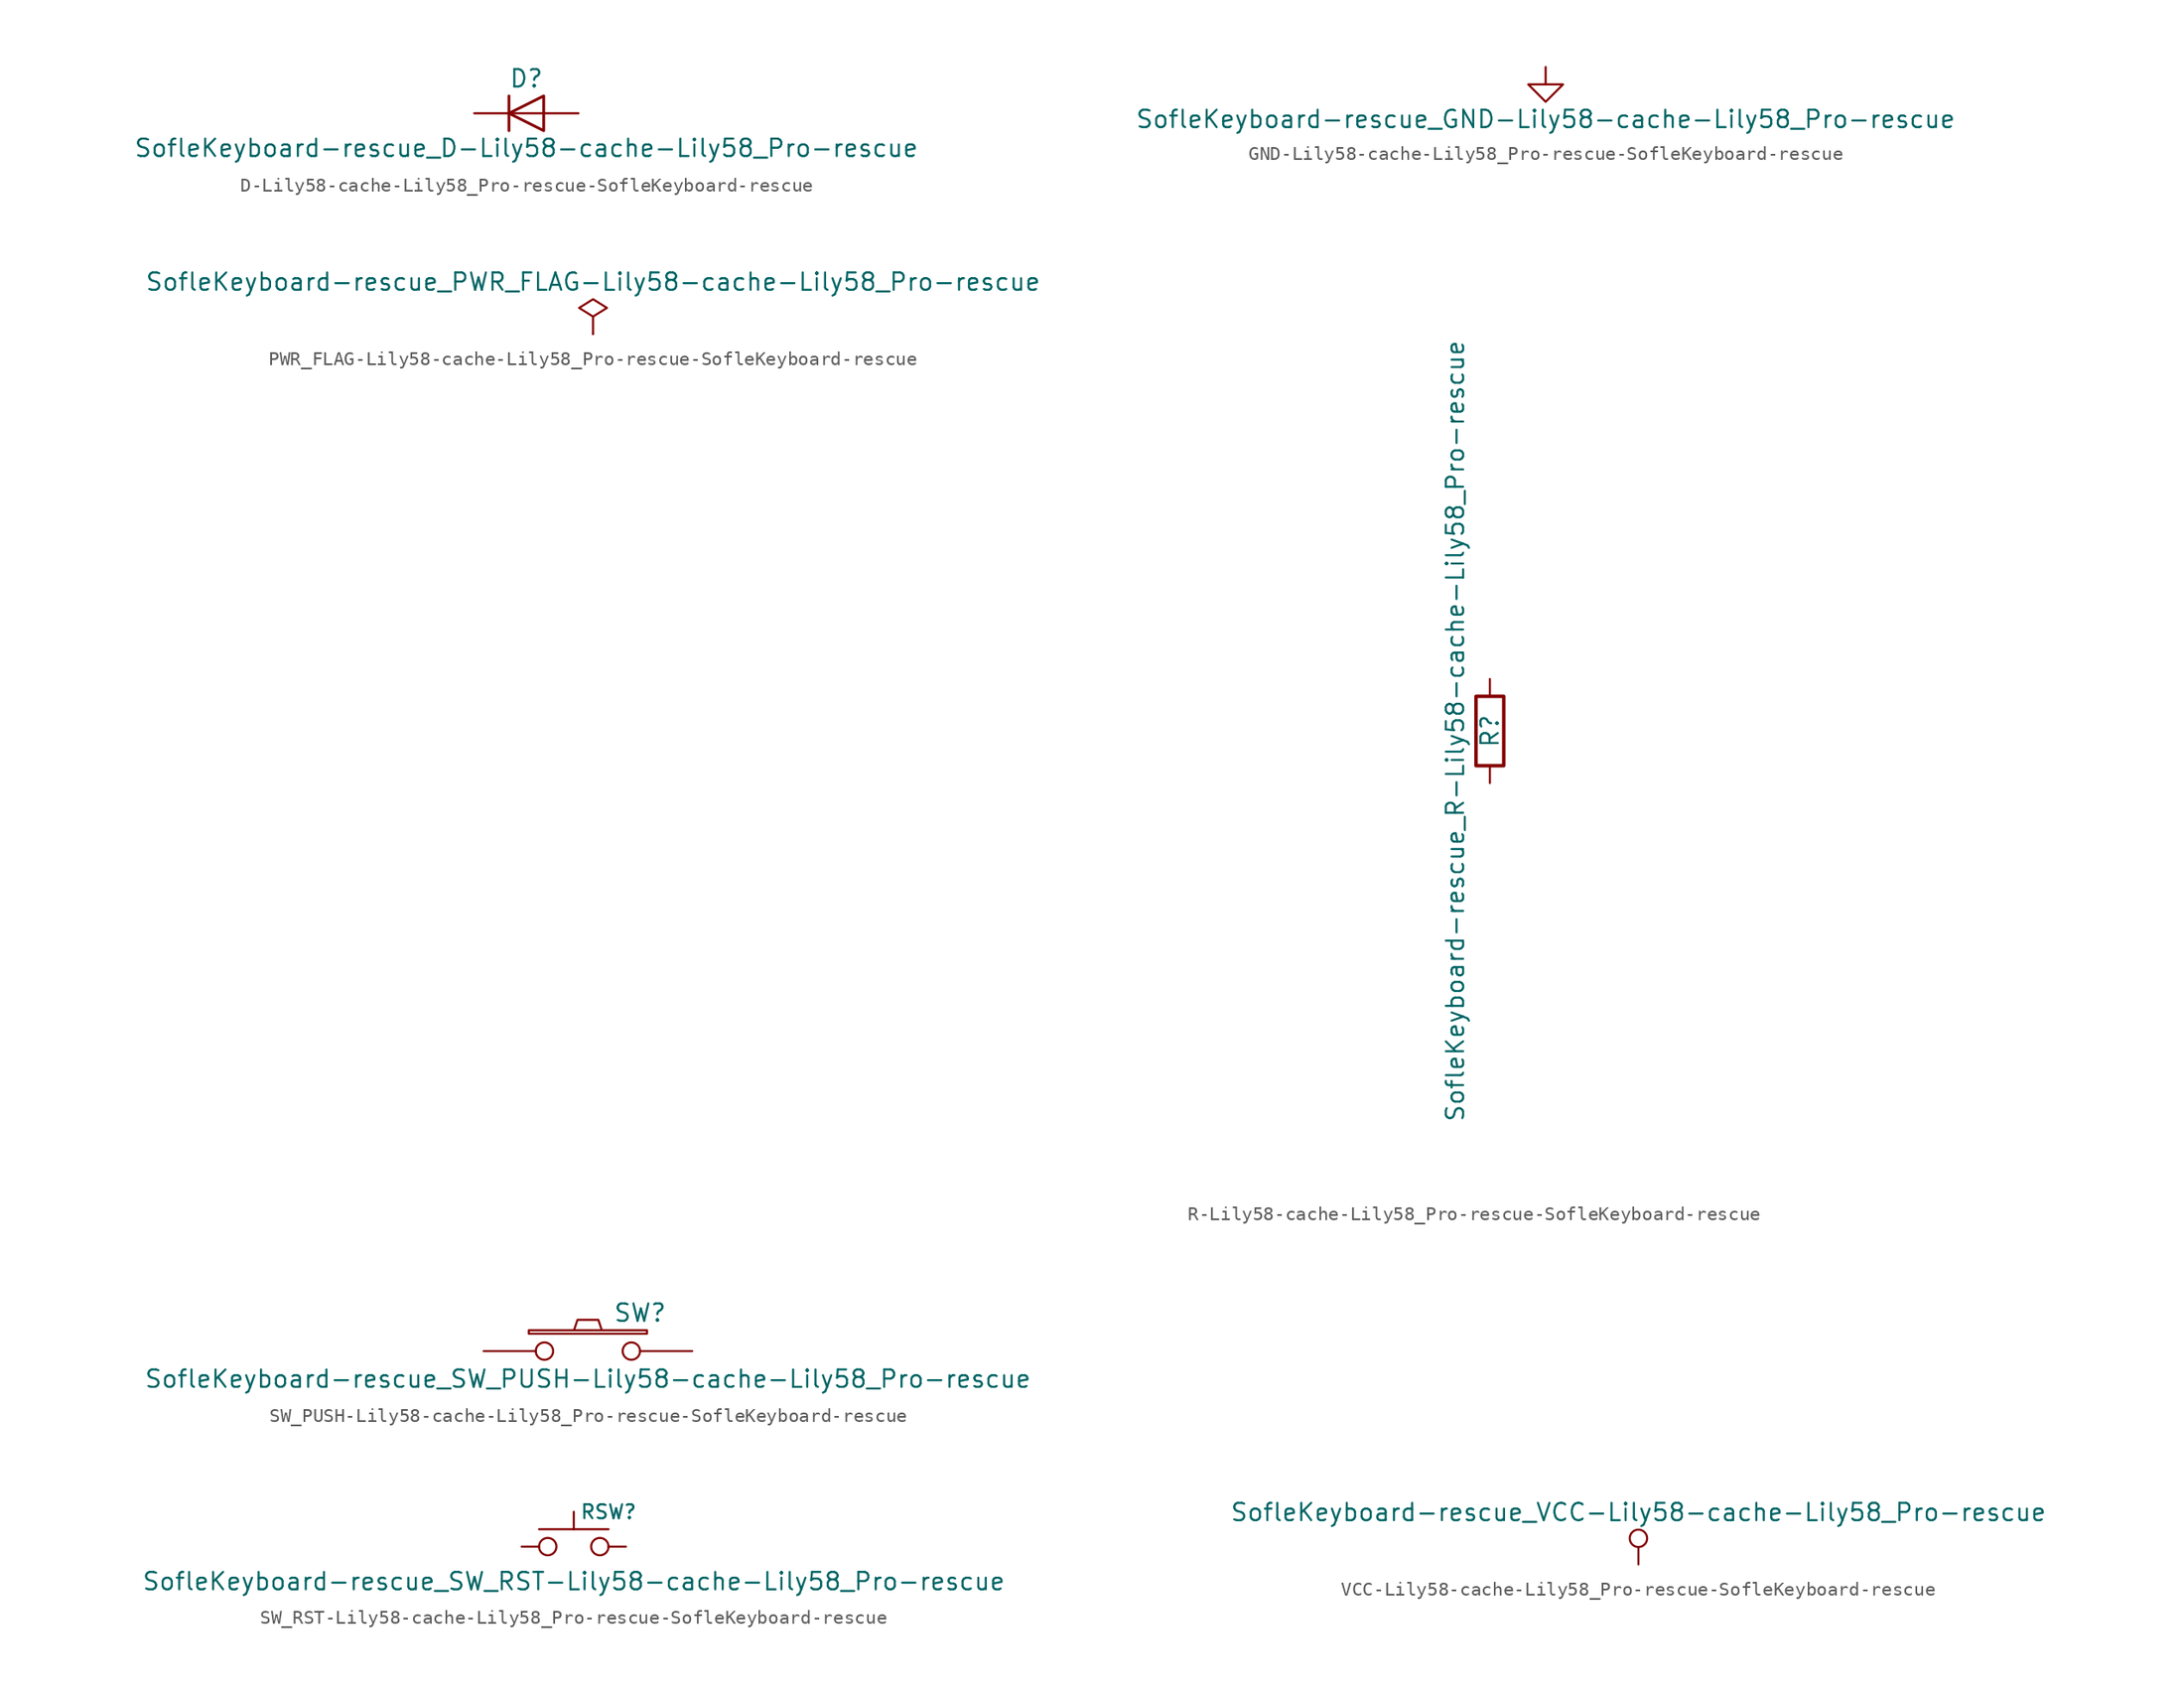
<source format=kicad_sym>
(kicad_symbol_lib
  (version 20241209)
  (generator "kicad_symbol_editor")
  (generator_version "9.0")
  (symbol "D-Lily58-cache-Lily58_Pro-rescue-SofleKeyboard-rescue"
    (pin_numbers
      (hide yes))
    (pin_names
      (offset 1.016)
      (hide yes))
    (property "Reference" "D"
      (at 0 2.54 0)
      (effects (font (size 1.27 1.27))))
    (property "Value" "SofleKeyboard-rescue_D-Lily58-cache-Lily58_Pro-rescue"
      (at 0 -2.54 0)
      (effects (font (size 1.27 1.27))))
    (symbol "D-Lily58-cache-Lily58_Pro-rescue-SofleKeyboard-rescue_0_1"
      (polyline (pts (xy -1.27 1.27) (xy -1.27 -1.27)) (stroke (width 0.203) (type solid)) (fill (type none)))
      (polyline (pts (xy 1.27 1.27) (xy 1.27 -1.27) (xy -1.27 0) (xy 1.27 1.27)) (stroke (width 0.203) (type solid)) (fill (type none)))
      (polyline (pts (xy 1.27 0) (xy -1.27 0)) (stroke (width 0) (type solid)) (fill (type none))))
    (symbol "D-Lily58-cache-Lily58_Pro-rescue-SofleKeyboard-rescue_1_1"
      (pin passive line (at -3.81 0 0) (length 2.54) (name "K" (effects (font (size 1.27 1.27)))) (number "1" (effects (font (size 1.27 1.27)))))
      (pin passive line (at 3.81 0 180) (length 2.54) (name "A" (effects (font (size 1.27 1.27)))) (number "2" (effects (font (size 1.27 1.27)))))))
  (symbol "GND-Lily58-cache-Lily58_Pro-rescue-SofleKeyboard-rescue"
    (power)
    (pin_names
      (offset 0))
    (property "Reference" "#PWR"
      (at 0 -6.35 0)
      (effects (font (size 1.27 1.27)) (hide yes)))
    (property "Value" "SofleKeyboard-rescue_GND-Lily58-cache-Lily58_Pro-rescue"
      (at 0 -3.81 0)
      (effects (font (size 1.27 1.27))))
    (symbol "GND-Lily58-cache-Lily58_Pro-rescue-SofleKeyboard-rescue_1_1"
      (polyline (pts (xy 0 0) (xy 0 -1.27) (xy 1.27 -1.27) (xy 0 -2.54) (xy -1.27 -1.27) (xy 0 -1.27)) (stroke (width 0) (type solid)) (fill (type none)))
      (pin power_in line (at 0 0 0) (length 0) (hide yes) (name "GND" (effects (font (size 1.27 1.27)))) (number "1" (effects (font (size 1.27 1.27)))))))
  (symbol "PWR_FLAG-Lily58-cache-Lily58_Pro-rescue-SofleKeyboard-rescue"
    (power)
    (pin_numbers
      (hide yes))
    (pin_names
      (offset 0)
      (hide yes))
    (property "Reference" "#FLG"
      (at 0 0 0)
      (effects (font (size 1.27 1.27)) (hide yes)))
    (property "Value" "SofleKeyboard-rescue_PWR_FLAG-Lily58-cache-Lily58_Pro-rescue"
      (at 0 3.81 0)
      (effects (font (size 1.27 1.27))))
    (symbol "PWR_FLAG-Lily58-cache-Lily58_Pro-rescue-SofleKeyboard-rescue_0_0"
      (pin power_out line (at 0 0 90) (length 0) (name "pwr" (effects (font (size 1.27 1.27)))) (number "1" (effects (font (size 1.27 1.27))))))
    (symbol "PWR_FLAG-Lily58-cache-Lily58_Pro-rescue-SofleKeyboard-rescue_0_1"
      (polyline (pts (xy 0 0) (xy 0 1.27) (xy -1.016 1.905) (xy 0 2.54) (xy 1.016 1.905) (xy 0 1.27)) (stroke (width 0) (type solid)) (fill (type none)))))
  (symbol "R-Lily58-cache-Lily58_Pro-rescue-SofleKeyboard-rescue"
    (pin_numbers
      (hide yes))
    (pin_names
      (offset 0))
    (property "Reference" "R"
      (at 0 0 90)
      (effects (font (size 1.27 1.27))))
    (property "Value" "SofleKeyboard-rescue_R-Lily58-cache-Lily58_Pro-rescue"
      (at -2.54 0 90)
      (effects (font (size 1.27 1.27))))
    (symbol "R-Lily58-cache-Lily58_Pro-rescue-SofleKeyboard-rescue_0_1"
      (rectangle (start -1.016 -2.54) (end 1.016 2.54) (stroke (width 0.254) (type solid)) (fill (type none))))
    (symbol "R-Lily58-cache-Lily58_Pro-rescue-SofleKeyboard-rescue_1_1"
      (pin passive line (at 0 3.81 270) (length 1.27) (name "~" (effects (font (size 1.27 1.27)))) (number "1" (effects (font (size 1.27 1.27)))))
      (pin passive line (at 0 -3.81 90) (length 1.27) (name "~" (effects (font (size 1.27 1.27)))) (number "2" (effects (font (size 1.27 1.27)))))))
  (symbol "SW_PUSH-Lily58-cache-Lily58_Pro-rescue-SofleKeyboard-rescue"
    (pin_numbers
      (hide yes))
    (pin_names
      (offset 1.016)
      (hide yes))
    (property "Reference" "SW"
      (at 3.81 2.794 0)
      (effects (font (size 1.27 1.27))))
    (property "Value" "SofleKeyboard-rescue_SW_PUSH-Lily58-cache-Lily58_Pro-rescue"
      (at 0 -2.032 0)
      (effects (font (size 1.27 1.27))))
    (property "Footprint" ""
      (at 0 0 0)
      (effects (font (size 1.27 1.27))))
    (property "Datasheet" ""
      (at 0 0 0)
      (effects (font (size 1.27 1.27))))
    (symbol "SW_PUSH-Lily58-cache-Lily58_Pro-rescue-SofleKeyboard-rescue_0_1"
      (rectangle (start -4.318 1.27) (end 4.318 1.524) (stroke (width 0) (type solid)) (fill (type none)))
      (polyline (pts (xy -1.016 1.524) (xy -0.762 2.286) (xy 0.762 2.286) (xy 1.016 1.524)) (stroke (width 0) (type solid)) (fill (type none)))
      (pin passive inverted (at -7.62 0 0) (length 5.08) (name "1" (effects (font (size 1.27 1.27)))) (number "1" (effects (font (size 1.27 1.27)))))
      (pin passive inverted (at 7.62 0 180) (length 5.08) (name "2" (effects (font (size 1.27 1.27)))) (number "2" (effects (font (size 1.27 1.27)))))))
  (symbol "SW_RST-Lily58-cache-Lily58_Pro-rescue-SofleKeyboard-rescue"
    (pin_numbers
      (hide yes))
    (pin_names
      (offset 1.016)
      (hide yes))
    (property "Reference" "RSW"
      (at 2.54 2.54 0)
      (effects (font (size 1.016 1.016))))
    (property "Value" "SofleKeyboard-rescue_SW_RST-Lily58-cache-Lily58_Pro-rescue"
      (at 0 -2.54 0)
      (effects (font (size 1.27 1.27))))
    (symbol "SW_RST-Lily58-cache-Lily58_Pro-rescue-SofleKeyboard-rescue_0_1"
      (polyline (pts (xy -2.54 1.27) (xy 2.54 1.27)) (stroke (width 0) (type solid)) (fill (type none)))
      (polyline (pts (xy 0 2.54) (xy 0 1.27)) (stroke (width 0) (type solid)) (fill (type none)))
      (pin passive inverted (at -3.81 0 0) (length 2.54) (name "1" (effects (font (size 1.27 1.27)))) (number "1" (effects (font (size 1.27 1.27)))))
      (pin passive inverted (at 3.81 0 180) (length 2.54) (name "2" (effects (font (size 1.27 1.27)))) (number "2" (effects (font (size 1.27 1.27)))))))
  (symbol "VCC-Lily58-cache-Lily58_Pro-rescue-SofleKeyboard-rescue"
    (power)
    (pin_names
      (offset 0))
    (property "Reference" "#PWR"
      (at 0 -3.81 0)
      (effects (font (size 1.27 1.27)) (hide yes)))
    (property "Value" "SofleKeyboard-rescue_VCC-Lily58-cache-Lily58_Pro-rescue"
      (at 0 3.81 0)
      (effects (font (size 1.27 1.27))))
    (symbol "VCC-Lily58-cache-Lily58_Pro-rescue-SofleKeyboard-rescue_0_1"
      (circle (center 0 1.905) (radius 0.635) (stroke (width 0) (type solid)) (fill (type none)))
      (polyline (pts (xy 0 0) (xy 0 1.27)) (stroke (width 0) (type solid)) (fill (type none))))
    (symbol "VCC-Lily58-cache-Lily58_Pro-rescue-SofleKeyboard-rescue_1_1"
      (pin power_in line (at 0 0 90) (length 0) (hide yes) (name "VCC" (effects (font (size 1.27 1.27)))) (number "1" (effects (font (size 1.27 1.27))))))))
</source>
